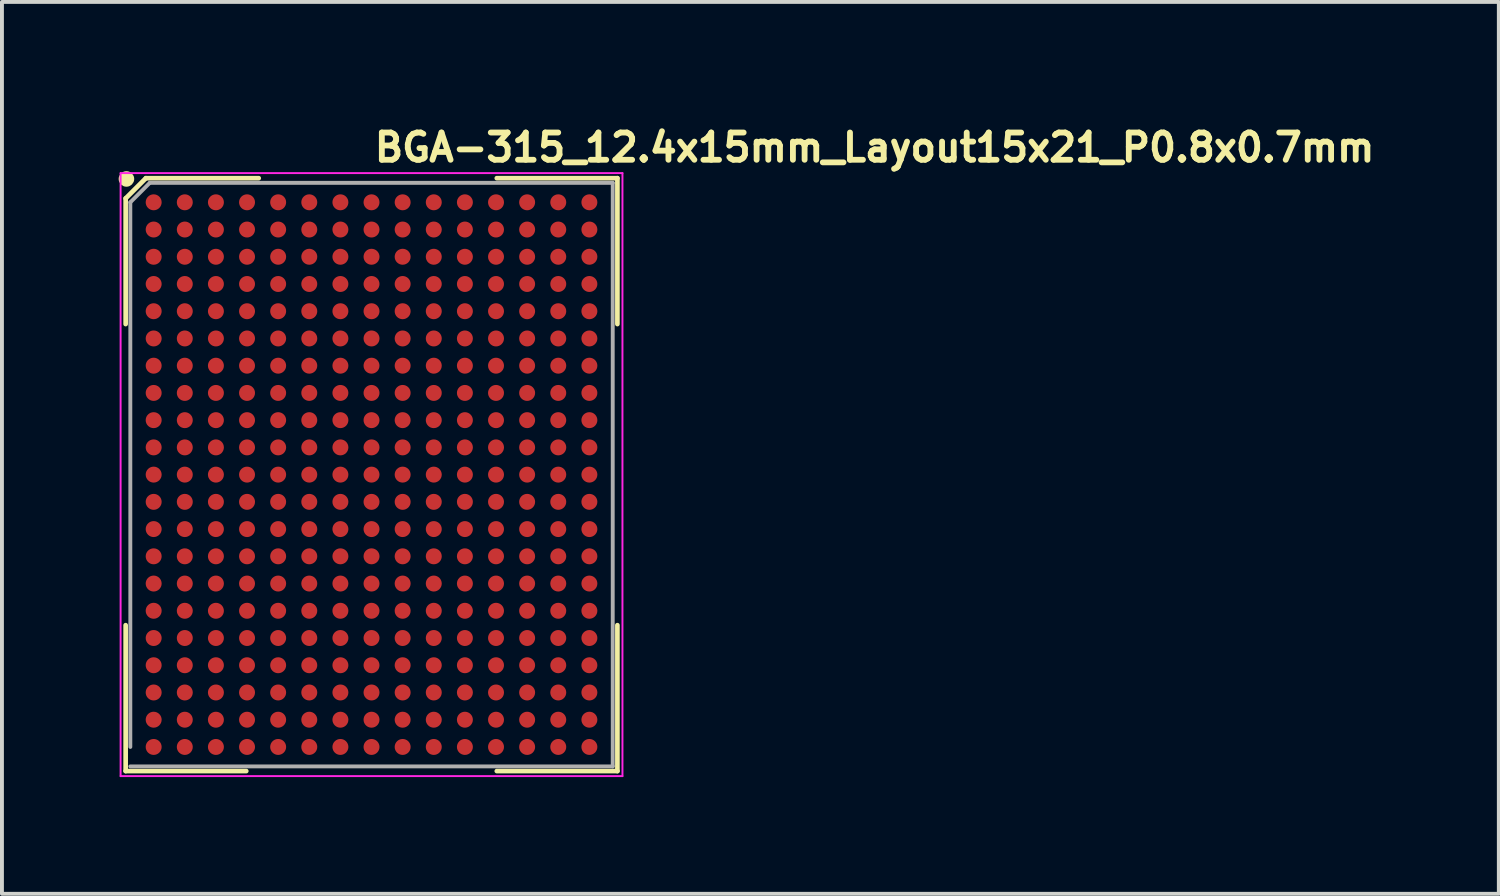
<source format=kicad_pcb>
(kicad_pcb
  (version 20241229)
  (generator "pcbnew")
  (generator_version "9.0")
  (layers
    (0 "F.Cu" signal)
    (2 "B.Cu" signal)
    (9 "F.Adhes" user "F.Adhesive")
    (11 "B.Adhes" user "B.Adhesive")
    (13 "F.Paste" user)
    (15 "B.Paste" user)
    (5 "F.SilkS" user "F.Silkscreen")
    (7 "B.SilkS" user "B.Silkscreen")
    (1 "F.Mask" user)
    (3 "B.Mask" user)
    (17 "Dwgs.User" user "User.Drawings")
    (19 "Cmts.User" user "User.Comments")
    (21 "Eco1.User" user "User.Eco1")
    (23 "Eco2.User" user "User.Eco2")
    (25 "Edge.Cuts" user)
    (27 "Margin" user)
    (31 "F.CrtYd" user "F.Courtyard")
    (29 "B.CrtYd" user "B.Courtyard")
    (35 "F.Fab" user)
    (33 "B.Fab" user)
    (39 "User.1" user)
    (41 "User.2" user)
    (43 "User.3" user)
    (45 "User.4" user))
  (footprint "BGA-315_12.4x15mm_Layout15x21_P0.8x0.7mm"
    (layer "F.Cu")
    (at 6.5 9.15)
    (property "Reference" "BGA-315_12.4x15mm_Layout15x21_P0.8x0.7mm" (at 0 -8 0) (layer "F.SilkS") (effects (font (size 0.7 0.7) (thickness 0.15)) (justify left bottom)))
    (attr smd)
    (fp_line (start -6.32 -7.1) (end -6.32 -3.87) (stroke (width 0.12) (type solid)) (layer "F.SilkS"))
    (fp_line (start -6.32 7.62) (end -6.32 3.87) (stroke (width 0.12) (type solid)) (layer "F.SilkS"))
    (fp_line (start -5.8 -7.62) (end -6.32 -7.1) (stroke (width 0.12) (type solid)) (layer "F.SilkS"))
    (fp_line (start -3.22 7.62) (end -6.32 7.62) (stroke (width 0.12) (type solid)) (layer "F.SilkS"))
    (fp_line (start -2.9 -7.62) (end -5.8 -7.62) (stroke (width 0.12) (type solid)) (layer "F.SilkS"))
    (fp_line (start 3.22 -7.62) (end 6.32 -7.62) (stroke (width 0.12) (type solid)) (layer "F.SilkS"))
    (fp_line (start 3.22 7.62) (end 6.32 7.62) (stroke (width 0.12) (type solid)) (layer "F.SilkS"))
    (fp_line (start 6.32 -7.62) (end 6.32 -3.87) (stroke (width 0.12) (type solid)) (layer "F.SilkS"))
    (fp_line (start 6.32 7.62) (end 6.32 3.87) (stroke (width 0.12) (type solid)) (layer "F.SilkS"))
    (fp_circle (center -6.3 -7.6) (end -6.3 -7.5) (stroke (width 0.2) (type solid)) (fill no) (layer "F.SilkS"))
    (fp_line (start -6.45 -7.75) (end 6.45 -7.75) (stroke (width 0.05) (type solid)) (layer "F.CrtYd"))
    (fp_line (start -6.45 7.75) (end -6.45 -7.75) (stroke (width 0.05) (type solid)) (layer "F.CrtYd"))
    (fp_line (start 6.45 -7.75) (end 6.45 7.75) (stroke (width 0.05) (type solid)) (layer "F.CrtYd"))
    (fp_line (start 6.45 7.75) (end -6.45 7.75) (stroke (width 0.05) (type solid)) (layer "F.CrtYd"))
    (fp_line (start -6.2 -7) (end -6.2 7) (stroke (width 0.1) (type solid)) (layer "F.Fab"))
    (fp_line (start -6.2 7.5) (end 6.2 7.5) (stroke (width 0.1) (type solid)) (layer "F.Fab"))
    (fp_line (start -5.7 -7.5) (end -6.2 -7) (stroke (width 0.1) (type solid)) (layer "F.Fab"))
    (fp_line (start 6.2 -7.5) (end -5.7 -7.5) (stroke (width 0.1) (type solid)) (layer "F.Fab"))
    (fp_line (start 6.2 7.5) (end 6.2 -7.5) (stroke (width 0.1) (type solid)) (layer "F.Fab"))
    (fp_line (start -6.2 -7.5) (end -6.2 7.5) (stroke (width 0.01) (type solid)) (layer "User.9"))
    (fp_line (start -6.2 -7.5) (end 6.2 -7.5) (stroke (width 0.01) (type solid)) (layer "User.9"))
    (fp_line (start -6.2 7.5) (end 6.2 7.5) (stroke (width 0.01) (type solid)) (layer "User.9"))
    (fp_line (start 6.2 -7.5) (end 6.2 7.5) (stroke (width 0.01) (type solid)) (layer "User.9"))
    (pad "A1" smd circle (at -5.6 -7) (size 0.41 0.41) (layers "F.Cu" "F.Mask" "F.Paste"))
    (pad "A2" smd circle (at -4.8 -7) (size 0.41 0.41) (layers "F.Cu" "F.Mask" "F.Paste"))
    (pad "A3" smd circle (at -4 -7) (size 0.41 0.41) (layers "F.Cu" "F.Mask" "F.Paste"))
    (pad "A4" smd circle (at -3.2 -7) (size 0.41 0.41) (layers "F.Cu" "F.Mask" "F.Paste"))
    (pad "A5" smd circle (at -2.4 -7) (size 0.41 0.41) (layers "F.Cu" "F.Mask" "F.Paste"))
    (pad "A6" smd circle (at -1.6 -7) (size 0.41 0.41) (layers "F.Cu" "F.Mask" "F.Paste"))
    (pad "A7" smd circle (at -0.8 -7) (size 0.41 0.41) (layers "F.Cu" "F.Mask" "F.Paste"))
    (pad "A8" smd circle (at 0 -7) (size 0.41 0.41) (layers "F.Cu" "F.Mask" "F.Paste"))
    (pad "A9" smd circle (at 0.8 -7) (size 0.41 0.41) (layers "F.Cu" "F.Mask" "F.Paste"))
    (pad "A10" smd circle (at 1.6 -7) (size 0.41 0.41) (layers "F.Cu" "F.Mask" "F.Paste"))
    (pad "A11" smd circle (at 2.4 -7) (size 0.41 0.41) (layers "F.Cu" "F.Mask" "F.Paste"))
    (pad "A12" smd circle (at 3.2 -7) (size 0.41 0.41) (layers "F.Cu" "F.Mask" "F.Paste"))
    (pad "A13" smd circle (at 4 -7) (size 0.41 0.41) (layers "F.Cu" "F.Mask" "F.Paste"))
    (pad "A14" smd circle (at 4.8 -7) (size 0.41 0.41) (layers "F.Cu" "F.Mask" "F.Paste"))
    (pad "A15" smd circle (at 5.6 -7) (size 0.41 0.41) (layers "F.Cu" "F.Mask" "F.Paste"))
    (pad "AA1" smd circle (at -5.6 7) (size 0.41 0.41) (layers "F.Cu" "F.Mask" "F.Paste"))
    (pad "AA2" smd circle (at -4.8 7) (size 0.41 0.41) (layers "F.Cu" "F.Mask" "F.Paste"))
    (pad "AA3" smd circle (at -4 7) (size 0.41 0.41) (layers "F.Cu" "F.Mask" "F.Paste"))
    (pad "AA4" smd circle (at -3.2 7) (size 0.41 0.41) (layers "F.Cu" "F.Mask" "F.Paste"))
    (pad "AA5" smd circle (at -2.4 7) (size 0.41 0.41) (layers "F.Cu" "F.Mask" "F.Paste"))
    (pad "AA6" smd circle (at -1.6 7) (size 0.41 0.41) (layers "F.Cu" "F.Mask" "F.Paste"))
    (pad "AA7" smd circle (at -0.8 7) (size 0.41 0.41) (layers "F.Cu" "F.Mask" "F.Paste"))
    (pad "AA8" smd circle (at 0 7) (size 0.41 0.41) (layers "F.Cu" "F.Mask" "F.Paste"))
    (pad "AA9" smd circle (at 0.8 7) (size 0.41 0.41) (layers "F.Cu" "F.Mask" "F.Paste"))
    (pad "AA10" smd circle (at 1.6 7) (size 0.41 0.41) (layers "F.Cu" "F.Mask" "F.Paste"))
    (pad "AA11" smd circle (at 2.4 7) (size 0.41 0.41) (layers "F.Cu" "F.Mask" "F.Paste"))
    (pad "AA12" smd circle (at 3.2 7) (size 0.41 0.41) (layers "F.Cu" "F.Mask" "F.Paste"))
    (pad "AA13" smd circle (at 4 7) (size 0.41 0.41) (layers "F.Cu" "F.Mask" "F.Paste"))
    (pad "AA14" smd circle (at 4.8 7) (size 0.41 0.41) (layers "F.Cu" "F.Mask" "F.Paste"))
    (pad "AA15" smd circle (at 5.6 7) (size 0.41 0.41) (layers "F.Cu" "F.Mask" "F.Paste"))
    (pad "B1" smd circle (at -5.6 -6.3) (size 0.41 0.41) (layers "F.Cu" "F.Mask" "F.Paste"))
    (pad "B2" smd circle (at -4.8 -6.3) (size 0.41 0.41) (layers "F.Cu" "F.Mask" "F.Paste"))
    (pad "B3" smd circle (at -4 -6.3) (size 0.41 0.41) (layers "F.Cu" "F.Mask" "F.Paste"))
    (pad "B4" smd circle (at -3.2 -6.3) (size 0.41 0.41) (layers "F.Cu" "F.Mask" "F.Paste"))
    (pad "B5" smd circle (at -2.4 -6.3) (size 0.41 0.41) (layers "F.Cu" "F.Mask" "F.Paste"))
    (pad "B6" smd circle (at -1.6 -6.3) (size 0.41 0.41) (layers "F.Cu" "F.Mask" "F.Paste"))
    (pad "B7" smd circle (at -0.8 -6.3) (size 0.41 0.41) (layers "F.Cu" "F.Mask" "F.Paste"))
    (pad "B8" smd circle (at 0 -6.3) (size 0.41 0.41) (layers "F.Cu" "F.Mask" "F.Paste"))
    (pad "B9" smd circle (at 0.8 -6.3) (size 0.41 0.41) (layers "F.Cu" "F.Mask" "F.Paste"))
    (pad "B10" smd circle (at 1.6 -6.3) (size 0.41 0.41) (layers "F.Cu" "F.Mask" "F.Paste"))
    (pad "B11" smd circle (at 2.4 -6.3) (size 0.41 0.41) (layers "F.Cu" "F.Mask" "F.Paste"))
    (pad "B12" smd circle (at 3.2 -6.3) (size 0.41 0.41) (layers "F.Cu" "F.Mask" "F.Paste"))
    (pad "B13" smd circle (at 4 -6.3) (size 0.41 0.41) (layers "F.Cu" "F.Mask" "F.Paste"))
    (pad "B14" smd circle (at 4.8 -6.3) (size 0.41 0.41) (layers "F.Cu" "F.Mask" "F.Paste"))
    (pad "B15" smd circle (at 5.6 -6.3) (size 0.41 0.41) (layers "F.Cu" "F.Mask" "F.Paste"))
    (pad "C1" smd circle (at -5.6 -5.6) (size 0.41 0.41) (layers "F.Cu" "F.Mask" "F.Paste"))
    (pad "C2" smd circle (at -4.8 -5.6) (size 0.41 0.41) (layers "F.Cu" "F.Mask" "F.Paste"))
    (pad "C3" smd circle (at -4 -5.6) (size 0.41 0.41) (layers "F.Cu" "F.Mask" "F.Paste"))
    (pad "C4" smd circle (at -3.2 -5.6) (size 0.41 0.41) (layers "F.Cu" "F.Mask" "F.Paste"))
    (pad "C5" smd circle (at -2.4 -5.6) (size 0.41 0.41) (layers "F.Cu" "F.Mask" "F.Paste"))
    (pad "C6" smd circle (at -1.6 -5.6) (size 0.41 0.41) (layers "F.Cu" "F.Mask" "F.Paste"))
    (pad "C7" smd circle (at -0.8 -5.6) (size 0.41 0.41) (layers "F.Cu" "F.Mask" "F.Paste"))
    (pad "C8" smd circle (at 0 -5.6) (size 0.41 0.41) (layers "F.Cu" "F.Mask" "F.Paste"))
    (pad "C9" smd circle (at 0.8 -5.6) (size 0.41 0.41) (layers "F.Cu" "F.Mask" "F.Paste"))
    (pad "C10" smd circle (at 1.6 -5.6) (size 0.41 0.41) (layers "F.Cu" "F.Mask" "F.Paste"))
    (pad "C11" smd circle (at 2.4 -5.6) (size 0.41 0.41) (layers "F.Cu" "F.Mask" "F.Paste"))
    (pad "C12" smd circle (at 3.2 -5.6) (size 0.41 0.41) (layers "F.Cu" "F.Mask" "F.Paste"))
    (pad "C13" smd circle (at 4 -5.6) (size 0.41 0.41) (layers "F.Cu" "F.Mask" "F.Paste"))
    (pad "C14" smd circle (at 4.8 -5.6) (size 0.41 0.41) (layers "F.Cu" "F.Mask" "F.Paste"))
    (pad "C15" smd circle (at 5.6 -5.6) (size 0.41 0.41) (layers "F.Cu" "F.Mask" "F.Paste"))
    (pad "D1" smd circle (at -5.6 -4.9) (size 0.41 0.41) (layers "F.Cu" "F.Mask" "F.Paste"))
    (pad "D2" smd circle (at -4.8 -4.9) (size 0.41 0.41) (layers "F.Cu" "F.Mask" "F.Paste"))
    (pad "D3" smd circle (at -4 -4.9) (size 0.41 0.41) (layers "F.Cu" "F.Mask" "F.Paste"))
    (pad "D4" smd circle (at -3.2 -4.9) (size 0.41 0.41) (layers "F.Cu" "F.Mask" "F.Paste"))
    (pad "D5" smd circle (at -2.4 -4.9) (size 0.41 0.41) (layers "F.Cu" "F.Mask" "F.Paste"))
    (pad "D6" smd circle (at -1.6 -4.9) (size 0.41 0.41) (layers "F.Cu" "F.Mask" "F.Paste"))
    (pad "D7" smd circle (at -0.8 -4.9) (size 0.41 0.41) (layers "F.Cu" "F.Mask" "F.Paste"))
    (pad "D8" smd circle (at 0 -4.9) (size 0.41 0.41) (layers "F.Cu" "F.Mask" "F.Paste"))
    (pad "D9" smd circle (at 0.8 -4.9) (size 0.41 0.41) (layers "F.Cu" "F.Mask" "F.Paste"))
    (pad "D10" smd circle (at 1.6 -4.9) (size 0.41 0.41) (layers "F.Cu" "F.Mask" "F.Paste"))
    (pad "D11" smd circle (at 2.4 -4.9) (size 0.41 0.41) (layers "F.Cu" "F.Mask" "F.Paste"))
    (pad "D12" smd circle (at 3.2 -4.9) (size 0.41 0.41) (layers "F.Cu" "F.Mask" "F.Paste"))
    (pad "D13" smd circle (at 4 -4.9) (size 0.41 0.41) (layers "F.Cu" "F.Mask" "F.Paste"))
    (pad "D14" smd circle (at 4.8 -4.9) (size 0.41 0.41) (layers "F.Cu" "F.Mask" "F.Paste"))
    (pad "D15" smd circle (at 5.6 -4.9) (size 0.41 0.41) (layers "F.Cu" "F.Mask" "F.Paste"))
    (pad "E1" smd circle (at -5.6 -4.2) (size 0.41 0.41) (layers "F.Cu" "F.Mask" "F.Paste"))
    (pad "E2" smd circle (at -4.8 -4.2) (size 0.41 0.41) (layers "F.Cu" "F.Mask" "F.Paste"))
    (pad "E3" smd circle (at -4 -4.2) (size 0.41 0.41) (layers "F.Cu" "F.Mask" "F.Paste"))
    (pad "E4" smd circle (at -3.2 -4.2) (size 0.41 0.41) (layers "F.Cu" "F.Mask" "F.Paste"))
    (pad "E5" smd circle (at -2.4 -4.2) (size 0.41 0.41) (layers "F.Cu" "F.Mask" "F.Paste"))
    (pad "E6" smd circle (at -1.6 -4.2) (size 0.41 0.41) (layers "F.Cu" "F.Mask" "F.Paste"))
    (pad "E7" smd circle (at -0.8 -4.2) (size 0.41 0.41) (layers "F.Cu" "F.Mask" "F.Paste"))
    (pad "E8" smd circle (at 0 -4.2) (size 0.41 0.41) (layers "F.Cu" "F.Mask" "F.Paste"))
    (pad "E9" smd circle (at 0.8 -4.2) (size 0.41 0.41) (layers "F.Cu" "F.Mask" "F.Paste"))
    (pad "E10" smd circle (at 1.6 -4.2) (size 0.41 0.41) (layers "F.Cu" "F.Mask" "F.Paste"))
    (pad "E11" smd circle (at 2.4 -4.2) (size 0.41 0.41) (layers "F.Cu" "F.Mask" "F.Paste"))
    (pad "E12" smd circle (at 3.2 -4.2) (size 0.41 0.41) (layers "F.Cu" "F.Mask" "F.Paste"))
    (pad "E13" smd circle (at 4 -4.2) (size 0.41 0.41) (layers "F.Cu" "F.Mask" "F.Paste"))
    (pad "E14" smd circle (at 4.8 -4.2) (size 0.41 0.41) (layers "F.Cu" "F.Mask" "F.Paste"))
    (pad "E15" smd circle (at 5.6 -4.2) (size 0.41 0.41) (layers "F.Cu" "F.Mask" "F.Paste"))
    (pad "F1" smd circle (at -5.6 -3.5) (size 0.41 0.41) (layers "F.Cu" "F.Mask" "F.Paste"))
    (pad "F2" smd circle (at -4.8 -3.5) (size 0.41 0.41) (layers "F.Cu" "F.Mask" "F.Paste"))
    (pad "F3" smd circle (at -4 -3.5) (size 0.41 0.41) (layers "F.Cu" "F.Mask" "F.Paste"))
    (pad "F4" smd circle (at -3.2 -3.5) (size 0.41 0.41) (layers "F.Cu" "F.Mask" "F.Paste"))
    (pad "F5" smd circle (at -2.4 -3.5) (size 0.41 0.41) (layers "F.Cu" "F.Mask" "F.Paste"))
    (pad "F6" smd circle (at -1.6 -3.5) (size 0.41 0.41) (layers "F.Cu" "F.Mask" "F.Paste"))
    (pad "F7" smd circle (at -0.8 -3.5) (size 0.41 0.41) (layers "F.Cu" "F.Mask" "F.Paste"))
    (pad "F8" smd circle (at 0 -3.5) (size 0.41 0.41) (layers "F.Cu" "F.Mask" "F.Paste"))
    (pad "F9" smd circle (at 0.8 -3.5) (size 0.41 0.41) (layers "F.Cu" "F.Mask" "F.Paste"))
    (pad "F10" smd circle (at 1.6 -3.5) (size 0.41 0.41) (layers "F.Cu" "F.Mask" "F.Paste"))
    (pad "F11" smd circle (at 2.4 -3.5) (size 0.41 0.41) (layers "F.Cu" "F.Mask" "F.Paste"))
    (pad "F12" smd circle (at 3.2 -3.5) (size 0.41 0.41) (layers "F.Cu" "F.Mask" "F.Paste"))
    (pad "F13" smd circle (at 4 -3.5) (size 0.41 0.41) (layers "F.Cu" "F.Mask" "F.Paste"))
    (pad "F14" smd circle (at 4.8 -3.5) (size 0.41 0.41) (layers "F.Cu" "F.Mask" "F.Paste"))
    (pad "F15" smd circle (at 5.6 -3.5) (size 0.41 0.41) (layers "F.Cu" "F.Mask" "F.Paste"))
    (pad "G1" smd circle (at -5.6 -2.8) (size 0.41 0.41) (layers "F.Cu" "F.Mask" "F.Paste"))
    (pad "G2" smd circle (at -4.8 -2.8) (size 0.41 0.41) (layers "F.Cu" "F.Mask" "F.Paste"))
    (pad "G3" smd circle (at -4 -2.8) (size 0.41 0.41) (layers "F.Cu" "F.Mask" "F.Paste"))
    (pad "G4" smd circle (at -3.2 -2.8) (size 0.41 0.41) (layers "F.Cu" "F.Mask" "F.Paste"))
    (pad "G5" smd circle (at -2.4 -2.8) (size 0.41 0.41) (layers "F.Cu" "F.Mask" "F.Paste"))
    (pad "G6" smd circle (at -1.6 -2.8) (size 0.41 0.41) (layers "F.Cu" "F.Mask" "F.Paste"))
    (pad "G7" smd circle (at -0.8 -2.8) (size 0.41 0.41) (layers "F.Cu" "F.Mask" "F.Paste"))
    (pad "G8" smd circle (at 0 -2.8) (size 0.41 0.41) (layers "F.Cu" "F.Mask" "F.Paste"))
    (pad "G9" smd circle (at 0.8 -2.8) (size 0.41 0.41) (layers "F.Cu" "F.Mask" "F.Paste"))
    (pad "G10" smd circle (at 1.6 -2.8) (size 0.41 0.41) (layers "F.Cu" "F.Mask" "F.Paste"))
    (pad "G11" smd circle (at 2.4 -2.8) (size 0.41 0.41) (layers "F.Cu" "F.Mask" "F.Paste"))
    (pad "G12" smd circle (at 3.2 -2.8) (size 0.41 0.41) (layers "F.Cu" "F.Mask" "F.Paste"))
    (pad "G13" smd circle (at 4 -2.8) (size 0.41 0.41) (layers "F.Cu" "F.Mask" "F.Paste"))
    (pad "G14" smd circle (at 4.8 -2.8) (size 0.41 0.41) (layers "F.Cu" "F.Mask" "F.Paste"))
    (pad "G15" smd circle (at 5.6 -2.8) (size 0.41 0.41) (layers "F.Cu" "F.Mask" "F.Paste"))
    (pad "H1" smd circle (at -5.6 -2.1) (size 0.41 0.41) (layers "F.Cu" "F.Mask" "F.Paste"))
    (pad "H2" smd circle (at -4.8 -2.1) (size 0.41 0.41) (layers "F.Cu" "F.Mask" "F.Paste"))
    (pad "H3" smd circle (at -4 -2.1) (size 0.41 0.41) (layers "F.Cu" "F.Mask" "F.Paste"))
    (pad "H4" smd circle (at -3.2 -2.1) (size 0.41 0.41) (layers "F.Cu" "F.Mask" "F.Paste"))
    (pad "H5" smd circle (at -2.4 -2.1) (size 0.41 0.41) (layers "F.Cu" "F.Mask" "F.Paste"))
    (pad "H6" smd circle (at -1.6 -2.1) (size 0.41 0.41) (layers "F.Cu" "F.Mask" "F.Paste"))
    (pad "H7" smd circle (at -0.8 -2.1) (size 0.41 0.41) (layers "F.Cu" "F.Mask" "F.Paste"))
    (pad "H8" smd circle (at 0 -2.1) (size 0.41 0.41) (layers "F.Cu" "F.Mask" "F.Paste"))
    (pad "H9" smd circle (at 0.8 -2.1) (size 0.41 0.41) (layers "F.Cu" "F.Mask" "F.Paste"))
    (pad "H10" smd circle (at 1.6 -2.1) (size 0.41 0.41) (layers "F.Cu" "F.Mask" "F.Paste"))
    (pad "H11" smd circle (at 2.4 -2.1) (size 0.41 0.41) (layers "F.Cu" "F.Mask" "F.Paste"))
    (pad "H12" smd circle (at 3.2 -2.1) (size 0.41 0.41) (layers "F.Cu" "F.Mask" "F.Paste"))
    (pad "H13" smd circle (at 4 -2.1) (size 0.41 0.41) (layers "F.Cu" "F.Mask" "F.Paste"))
    (pad "H14" smd circle (at 4.8 -2.1) (size 0.41 0.41) (layers "F.Cu" "F.Mask" "F.Paste"))
    (pad "H15" smd circle (at 5.6 -2.1) (size 0.41 0.41) (layers "F.Cu" "F.Mask" "F.Paste"))
    (pad "J1" smd circle (at -5.6 -1.4) (size 0.41 0.41) (layers "F.Cu" "F.Mask" "F.Paste"))
    (pad "J2" smd circle (at -4.8 -1.4) (size 0.41 0.41) (layers "F.Cu" "F.Mask" "F.Paste"))
    (pad "J3" smd circle (at -4 -1.4) (size 0.41 0.41) (layers "F.Cu" "F.Mask" "F.Paste"))
    (pad "J4" smd circle (at -3.2 -1.4) (size 0.41 0.41) (layers "F.Cu" "F.Mask" "F.Paste"))
    (pad "J5" smd circle (at -2.4 -1.4) (size 0.41 0.41) (layers "F.Cu" "F.Mask" "F.Paste"))
    (pad "J6" smd circle (at -1.6 -1.4) (size 0.41 0.41) (layers "F.Cu" "F.Mask" "F.Paste"))
    (pad "J7" smd circle (at -0.8 -1.4) (size 0.41 0.41) (layers "F.Cu" "F.Mask" "F.Paste"))
    (pad "J8" smd circle (at 0 -1.4) (size 0.41 0.41) (layers "F.Cu" "F.Mask" "F.Paste"))
    (pad "J9" smd circle (at 0.8 -1.4) (size 0.41 0.41) (layers "F.Cu" "F.Mask" "F.Paste"))
    (pad "J10" smd circle (at 1.6 -1.4) (size 0.41 0.41) (layers "F.Cu" "F.Mask" "F.Paste"))
    (pad "J11" smd circle (at 2.4 -1.4) (size 0.41 0.41) (layers "F.Cu" "F.Mask" "F.Paste"))
    (pad "J12" smd circle (at 3.2 -1.4) (size 0.41 0.41) (layers "F.Cu" "F.Mask" "F.Paste"))
    (pad "J13" smd circle (at 4 -1.4) (size 0.41 0.41) (layers "F.Cu" "F.Mask" "F.Paste"))
    (pad "J14" smd circle (at 4.8 -1.4) (size 0.41 0.41) (layers "F.Cu" "F.Mask" "F.Paste"))
    (pad "J15" smd circle (at 5.6 -1.4) (size 0.41 0.41) (layers "F.Cu" "F.Mask" "F.Paste"))
    (pad "K1" smd circle (at -5.6 -0.7) (size 0.41 0.41) (layers "F.Cu" "F.Mask" "F.Paste"))
    (pad "K2" smd circle (at -4.8 -0.7) (size 0.41 0.41) (layers "F.Cu" "F.Mask" "F.Paste"))
    (pad "K3" smd circle (at -4 -0.7) (size 0.41 0.41) (layers "F.Cu" "F.Mask" "F.Paste"))
    (pad "K4" smd circle (at -3.2 -0.7) (size 0.41 0.41) (layers "F.Cu" "F.Mask" "F.Paste"))
    (pad "K5" smd circle (at -2.4 -0.7) (size 0.41 0.41) (layers "F.Cu" "F.Mask" "F.Paste"))
    (pad "K6" smd circle (at -1.6 -0.7) (size 0.41 0.41) (layers "F.Cu" "F.Mask" "F.Paste"))
    (pad "K7" smd circle (at -0.8 -0.7) (size 0.41 0.41) (layers "F.Cu" "F.Mask" "F.Paste"))
    (pad "K8" smd circle (at 0 -0.7) (size 0.41 0.41) (layers "F.Cu" "F.Mask" "F.Paste"))
    (pad "K9" smd circle (at 0.8 -0.7) (size 0.41 0.41) (layers "F.Cu" "F.Mask" "F.Paste"))
    (pad "K10" smd circle (at 1.6 -0.7) (size 0.41 0.41) (layers "F.Cu" "F.Mask" "F.Paste"))
    (pad "K11" smd circle (at 2.4 -0.7) (size 0.41 0.41) (layers "F.Cu" "F.Mask" "F.Paste"))
    (pad "K12" smd circle (at 3.2 -0.7) (size 0.41 0.41) (layers "F.Cu" "F.Mask" "F.Paste"))
    (pad "K13" smd circle (at 4 -0.7) (size 0.41 0.41) (layers "F.Cu" "F.Mask" "F.Paste"))
    (pad "K14" smd circle (at 4.8 -0.7) (size 0.41 0.41) (layers "F.Cu" "F.Mask" "F.Paste"))
    (pad "K15" smd circle (at 5.6 -0.7) (size 0.41 0.41) (layers "F.Cu" "F.Mask" "F.Paste"))
    (pad "L1" smd circle (at -5.6 0) (size 0.41 0.41) (layers "F.Cu" "F.Mask" "F.Paste"))
    (pad "L2" smd circle (at -4.8 0) (size 0.41 0.41) (layers "F.Cu" "F.Mask" "F.Paste"))
    (pad "L3" smd circle (at -4 0) (size 0.41 0.41) (layers "F.Cu" "F.Mask" "F.Paste"))
    (pad "L4" smd circle (at -3.2 0) (size 0.41 0.41) (layers "F.Cu" "F.Mask" "F.Paste"))
    (pad "L5" smd circle (at -2.4 0) (size 0.41 0.41) (layers "F.Cu" "F.Mask" "F.Paste"))
    (pad "L6" smd circle (at -1.6 0) (size 0.41 0.41) (layers "F.Cu" "F.Mask" "F.Paste"))
    (pad "L7" smd circle (at -0.8 0) (size 0.41 0.41) (layers "F.Cu" "F.Mask" "F.Paste"))
    (pad "L8" smd circle (at 0 0) (size 0.41 0.41) (layers "F.Cu" "F.Mask" "F.Paste"))
    (pad "L9" smd circle (at 0.8 0) (size 0.41 0.41) (layers "F.Cu" "F.Mask" "F.Paste"))
    (pad "L10" smd circle (at 1.6 0) (size 0.41 0.41) (layers "F.Cu" "F.Mask" "F.Paste"))
    (pad "L11" smd circle (at 2.4 0) (size 0.41 0.41) (layers "F.Cu" "F.Mask" "F.Paste"))
    (pad "L12" smd circle (at 3.2 0) (size 0.41 0.41) (layers "F.Cu" "F.Mask" "F.Paste"))
    (pad "L13" smd circle (at 4 0) (size 0.41 0.41) (layers "F.Cu" "F.Mask" "F.Paste"))
    (pad "L14" smd circle (at 4.8 0) (size 0.41 0.41) (layers "F.Cu" "F.Mask" "F.Paste"))
    (pad "L15" smd circle (at 5.6 0) (size 0.41 0.41) (layers "F.Cu" "F.Mask" "F.Paste"))
    (pad "M1" smd circle (at -5.6 0.7) (size 0.41 0.41) (layers "F.Cu" "F.Mask" "F.Paste"))
    (pad "M2" smd circle (at -4.8 0.7) (size 0.41 0.41) (layers "F.Cu" "F.Mask" "F.Paste"))
    (pad "M3" smd circle (at -4 0.7) (size 0.41 0.41) (layers "F.Cu" "F.Mask" "F.Paste"))
    (pad "M4" smd circle (at -3.2 0.7) (size 0.41 0.41) (layers "F.Cu" "F.Mask" "F.Paste"))
    (pad "M5" smd circle (at -2.4 0.7) (size 0.41 0.41) (layers "F.Cu" "F.Mask" "F.Paste"))
    (pad "M6" smd circle (at -1.6 0.7) (size 0.41 0.41) (layers "F.Cu" "F.Mask" "F.Paste"))
    (pad "M7" smd circle (at -0.8 0.7) (size 0.41 0.41) (layers "F.Cu" "F.Mask" "F.Paste"))
    (pad "M8" smd circle (at 0 0.7) (size 0.41 0.41) (layers "F.Cu" "F.Mask" "F.Paste"))
    (pad "M9" smd circle (at 0.8 0.7) (size 0.41 0.41) (layers "F.Cu" "F.Mask" "F.Paste"))
    (pad "M10" smd circle (at 1.6 0.7) (size 0.41 0.41) (layers "F.Cu" "F.Mask" "F.Paste"))
    (pad "M11" smd circle (at 2.4 0.7) (size 0.41 0.41) (layers "F.Cu" "F.Mask" "F.Paste"))
    (pad "M12" smd circle (at 3.2 0.7) (size 0.41 0.41) (layers "F.Cu" "F.Mask" "F.Paste"))
    (pad "M13" smd circle (at 4 0.7) (size 0.41 0.41) (layers "F.Cu" "F.Mask" "F.Paste"))
    (pad "M14" smd circle (at 4.8 0.7) (size 0.41 0.41) (layers "F.Cu" "F.Mask" "F.Paste"))
    (pad "M15" smd circle (at 5.6 0.7) (size 0.41 0.41) (layers "F.Cu" "F.Mask" "F.Paste"))
    (pad "N1" smd circle (at -5.6 1.4) (size 0.41 0.41) (layers "F.Cu" "F.Mask" "F.Paste"))
    (pad "N2" smd circle (at -4.8 1.4) (size 0.41 0.41) (layers "F.Cu" "F.Mask" "F.Paste"))
    (pad "N3" smd circle (at -4 1.4) (size 0.41 0.41) (layers "F.Cu" "F.Mask" "F.Paste"))
    (pad "N4" smd circle (at -3.2 1.4) (size 0.41 0.41) (layers "F.Cu" "F.Mask" "F.Paste"))
    (pad "N5" smd circle (at -2.4 1.4) (size 0.41 0.41) (layers "F.Cu" "F.Mask" "F.Paste"))
    (pad "N6" smd circle (at -1.6 1.4) (size 0.41 0.41) (layers "F.Cu" "F.Mask" "F.Paste"))
    (pad "N7" smd circle (at -0.8 1.4) (size 0.41 0.41) (layers "F.Cu" "F.Mask" "F.Paste"))
    (pad "N8" smd circle (at 0 1.4) (size 0.41 0.41) (layers "F.Cu" "F.Mask" "F.Paste"))
    (pad "N9" smd circle (at 0.8 1.4) (size 0.41 0.41) (layers "F.Cu" "F.Mask" "F.Paste"))
    (pad "N10" smd circle (at 1.6 1.4) (size 0.41 0.41) (layers "F.Cu" "F.Mask" "F.Paste"))
    (pad "N11" smd circle (at 2.4 1.4) (size 0.41 0.41) (layers "F.Cu" "F.Mask" "F.Paste"))
    (pad "N12" smd circle (at 3.2 1.4) (size 0.41 0.41) (layers "F.Cu" "F.Mask" "F.Paste"))
    (pad "N13" smd circle (at 4 1.4) (size 0.41 0.41) (layers "F.Cu" "F.Mask" "F.Paste"))
    (pad "N14" smd circle (at 4.8 1.4) (size 0.41 0.41) (layers "F.Cu" "F.Mask" "F.Paste"))
    (pad "N15" smd circle (at 5.6 1.4) (size 0.41 0.41) (layers "F.Cu" "F.Mask" "F.Paste"))
    (pad "P1" smd circle (at -5.6 2.1) (size 0.41 0.41) (layers "F.Cu" "F.Mask" "F.Paste"))
    (pad "P2" smd circle (at -4.8 2.1) (size 0.41 0.41) (layers "F.Cu" "F.Mask" "F.Paste"))
    (pad "P3" smd circle (at -4 2.1) (size 0.41 0.41) (layers "F.Cu" "F.Mask" "F.Paste"))
    (pad "P4" smd circle (at -3.2 2.1) (size 0.41 0.41) (layers "F.Cu" "F.Mask" "F.Paste"))
    (pad "P5" smd circle (at -2.4 2.1) (size 0.41 0.41) (layers "F.Cu" "F.Mask" "F.Paste"))
    (pad "P6" smd circle (at -1.6 2.1) (size 0.41 0.41) (layers "F.Cu" "F.Mask" "F.Paste"))
    (pad "P7" smd circle (at -0.8 2.1) (size 0.41 0.41) (layers "F.Cu" "F.Mask" "F.Paste"))
    (pad "P8" smd circle (at 0 2.1) (size 0.41 0.41) (layers "F.Cu" "F.Mask" "F.Paste"))
    (pad "P9" smd circle (at 0.8 2.1) (size 0.41 0.41) (layers "F.Cu" "F.Mask" "F.Paste"))
    (pad "P10" smd circle (at 1.6 2.1) (size 0.41 0.41) (layers "F.Cu" "F.Mask" "F.Paste"))
    (pad "P11" smd circle (at 2.4 2.1) (size 0.41 0.41) (layers "F.Cu" "F.Mask" "F.Paste"))
    (pad "P12" smd circle (at 3.2 2.1) (size 0.41 0.41) (layers "F.Cu" "F.Mask" "F.Paste"))
    (pad "P13" smd circle (at 4 2.1) (size 0.41 0.41) (layers "F.Cu" "F.Mask" "F.Paste"))
    (pad "P14" smd circle (at 4.8 2.1) (size 0.41 0.41) (layers "F.Cu" "F.Mask" "F.Paste"))
    (pad "P15" smd circle (at 5.6 2.1) (size 0.41 0.41) (layers "F.Cu" "F.Mask" "F.Paste"))
    (pad "R1" smd circle (at -5.6 2.8) (size 0.41 0.41) (layers "F.Cu" "F.Mask" "F.Paste"))
    (pad "R2" smd circle (at -4.8 2.8) (size 0.41 0.41) (layers "F.Cu" "F.Mask" "F.Paste"))
    (pad "R3" smd circle (at -4 2.8) (size 0.41 0.41) (layers "F.Cu" "F.Mask" "F.Paste"))
    (pad "R4" smd circle (at -3.2 2.8) (size 0.41 0.41) (layers "F.Cu" "F.Mask" "F.Paste"))
    (pad "R5" smd circle (at -2.4 2.8) (size 0.41 0.41) (layers "F.Cu" "F.Mask" "F.Paste"))
    (pad "R6" smd circle (at -1.6 2.8) (size 0.41 0.41) (layers "F.Cu" "F.Mask" "F.Paste"))
    (pad "R7" smd circle (at -0.8 2.8) (size 0.41 0.41) (layers "F.Cu" "F.Mask" "F.Paste"))
    (pad "R8" smd circle (at 0 2.8) (size 0.41 0.41) (layers "F.Cu" "F.Mask" "F.Paste"))
    (pad "R9" smd circle (at 0.8 2.8) (size 0.41 0.41) (layers "F.Cu" "F.Mask" "F.Paste"))
    (pad "R10" smd circle (at 1.6 2.8) (size 0.41 0.41) (layers "F.Cu" "F.Mask" "F.Paste"))
    (pad "R11" smd circle (at 2.4 2.8) (size 0.41 0.41) (layers "F.Cu" "F.Mask" "F.Paste"))
    (pad "R12" smd circle (at 3.2 2.8) (size 0.41 0.41) (layers "F.Cu" "F.Mask" "F.Paste"))
    (pad "R13" smd circle (at 4 2.8) (size 0.41 0.41) (layers "F.Cu" "F.Mask" "F.Paste"))
    (pad "R14" smd circle (at 4.8 2.8) (size 0.41 0.41) (layers "F.Cu" "F.Mask" "F.Paste"))
    (pad "R15" smd circle (at 5.6 2.8) (size 0.41 0.41) (layers "F.Cu" "F.Mask" "F.Paste"))
    (pad "T1" smd circle (at -5.6 3.5) (size 0.41 0.41) (layers "F.Cu" "F.Mask" "F.Paste"))
    (pad "T2" smd circle (at -4.8 3.5) (size 0.41 0.41) (layers "F.Cu" "F.Mask" "F.Paste"))
    (pad "T3" smd circle (at -4 3.5) (size 0.41 0.41) (layers "F.Cu" "F.Mask" "F.Paste"))
    (pad "T4" smd circle (at -3.2 3.5) (size 0.41 0.41) (layers "F.Cu" "F.Mask" "F.Paste"))
    (pad "T5" smd circle (at -2.4 3.5) (size 0.41 0.41) (layers "F.Cu" "F.Mask" "F.Paste"))
    (pad "T6" smd circle (at -1.6 3.5) (size 0.41 0.41) (layers "F.Cu" "F.Mask" "F.Paste"))
    (pad "T7" smd circle (at -0.8 3.5) (size 0.41 0.41) (layers "F.Cu" "F.Mask" "F.Paste"))
    (pad "T8" smd circle (at 0 3.5) (size 0.41 0.41) (layers "F.Cu" "F.Mask" "F.Paste"))
    (pad "T9" smd circle (at 0.8 3.5) (size 0.41 0.41) (layers "F.Cu" "F.Mask" "F.Paste"))
    (pad "T10" smd circle (at 1.6 3.5) (size 0.41 0.41) (layers "F.Cu" "F.Mask" "F.Paste"))
    (pad "T11" smd circle (at 2.4 3.5) (size 0.41 0.41) (layers "F.Cu" "F.Mask" "F.Paste"))
    (pad "T12" smd circle (at 3.2 3.5) (size 0.41 0.41) (layers "F.Cu" "F.Mask" "F.Paste"))
    (pad "T13" smd circle (at 4 3.5) (size 0.41 0.41) (layers "F.Cu" "F.Mask" "F.Paste"))
    (pad "T14" smd circle (at 4.8 3.5) (size 0.41 0.41) (layers "F.Cu" "F.Mask" "F.Paste"))
    (pad "T15" smd circle (at 5.6 3.5) (size 0.41 0.41) (layers "F.Cu" "F.Mask" "F.Paste"))
    (pad "U1" smd circle (at -5.6 4.2) (size 0.41 0.41) (layers "F.Cu" "F.Mask" "F.Paste"))
    (pad "U2" smd circle (at -4.8 4.2) (size 0.41 0.41) (layers "F.Cu" "F.Mask" "F.Paste"))
    (pad "U3" smd circle (at -4 4.2) (size 0.41 0.41) (layers "F.Cu" "F.Mask" "F.Paste"))
    (pad "U4" smd circle (at -3.2 4.2) (size 0.41 0.41) (layers "F.Cu" "F.Mask" "F.Paste"))
    (pad "U5" smd circle (at -2.4 4.2) (size 0.41 0.41) (layers "F.Cu" "F.Mask" "F.Paste"))
    (pad "U6" smd circle (at -1.6 4.2) (size 0.41 0.41) (layers "F.Cu" "F.Mask" "F.Paste"))
    (pad "U7" smd circle (at -0.8 4.2) (size 0.41 0.41) (layers "F.Cu" "F.Mask" "F.Paste"))
    (pad "U8" smd circle (at 0 4.2) (size 0.41 0.41) (layers "F.Cu" "F.Mask" "F.Paste"))
    (pad "U9" smd circle (at 0.8 4.2) (size 0.41 0.41) (layers "F.Cu" "F.Mask" "F.Paste"))
    (pad "U10" smd circle (at 1.6 4.2) (size 0.41 0.41) (layers "F.Cu" "F.Mask" "F.Paste"))
    (pad "U11" smd circle (at 2.4 4.2) (size 0.41 0.41) (layers "F.Cu" "F.Mask" "F.Paste"))
    (pad "U12" smd circle (at 3.2 4.2) (size 0.41 0.41) (layers "F.Cu" "F.Mask" "F.Paste"))
    (pad "U13" smd circle (at 4 4.2) (size 0.41 0.41) (layers "F.Cu" "F.Mask" "F.Paste"))
    (pad "U14" smd circle (at 4.8 4.2) (size 0.41 0.41) (layers "F.Cu" "F.Mask" "F.Paste"))
    (pad "U15" smd circle (at 5.6 4.2) (size 0.41 0.41) (layers "F.Cu" "F.Mask" "F.Paste"))
    (pad "V1" smd circle (at -5.6 4.9) (size 0.41 0.41) (layers "F.Cu" "F.Mask" "F.Paste"))
    (pad "V2" smd circle (at -4.8 4.9) (size 0.41 0.41) (layers "F.Cu" "F.Mask" "F.Paste"))
    (pad "V3" smd circle (at -4 4.9) (size 0.41 0.41) (layers "F.Cu" "F.Mask" "F.Paste"))
    (pad "V4" smd circle (at -3.2 4.9) (size 0.41 0.41) (layers "F.Cu" "F.Mask" "F.Paste"))
    (pad "V5" smd circle (at -2.4 4.9) (size 0.41 0.41) (layers "F.Cu" "F.Mask" "F.Paste"))
    (pad "V6" smd circle (at -1.6 4.9) (size 0.41 0.41) (layers "F.Cu" "F.Mask" "F.Paste"))
    (pad "V7" smd circle (at -0.8 4.9) (size 0.41 0.41) (layers "F.Cu" "F.Mask" "F.Paste"))
    (pad "V8" smd circle (at 0 4.9) (size 0.41 0.41) (layers "F.Cu" "F.Mask" "F.Paste"))
    (pad "V9" smd circle (at 0.8 4.9) (size 0.41 0.41) (layers "F.Cu" "F.Mask" "F.Paste"))
    (pad "V10" smd circle (at 1.6 4.9) (size 0.41 0.41) (layers "F.Cu" "F.Mask" "F.Paste"))
    (pad "V11" smd circle (at 2.4 4.9) (size 0.41 0.41) (layers "F.Cu" "F.Mask" "F.Paste"))
    (pad "V12" smd circle (at 3.2 4.9) (size 0.41 0.41) (layers "F.Cu" "F.Mask" "F.Paste"))
    (pad "V13" smd circle (at 4 4.9) (size 0.41 0.41) (layers "F.Cu" "F.Mask" "F.Paste"))
    (pad "V14" smd circle (at 4.8 4.9) (size 0.41 0.41) (layers "F.Cu" "F.Mask" "F.Paste"))
    (pad "V15" smd circle (at 5.6 4.9) (size 0.41 0.41) (layers "F.Cu" "F.Mask" "F.Paste"))
    (pad "W1" smd circle (at -5.6 5.6) (size 0.41 0.41) (layers "F.Cu" "F.Mask" "F.Paste"))
    (pad "W2" smd circle (at -4.8 5.6) (size 0.41 0.41) (layers "F.Cu" "F.Mask" "F.Paste"))
    (pad "W3" smd circle (at -4 5.6) (size 0.41 0.41) (layers "F.Cu" "F.Mask" "F.Paste"))
    (pad "W4" smd circle (at -3.2 5.6) (size 0.41 0.41) (layers "F.Cu" "F.Mask" "F.Paste"))
    (pad "W5" smd circle (at -2.4 5.6) (size 0.41 0.41) (layers "F.Cu" "F.Mask" "F.Paste"))
    (pad "W6" smd circle (at -1.6 5.6) (size 0.41 0.41) (layers "F.Cu" "F.Mask" "F.Paste"))
    (pad "W7" smd circle (at -0.8 5.6) (size 0.41 0.41) (layers "F.Cu" "F.Mask" "F.Paste"))
    (pad "W8" smd circle (at 0 5.6) (size 0.41 0.41) (layers "F.Cu" "F.Mask" "F.Paste"))
    (pad "W9" smd circle (at 0.8 5.6) (size 0.41 0.41) (layers "F.Cu" "F.Mask" "F.Paste"))
    (pad "W10" smd circle (at 1.6 5.6) (size 0.41 0.41) (layers "F.Cu" "F.Mask" "F.Paste"))
    (pad "W11" smd circle (at 2.4 5.6) (size 0.41 0.41) (layers "F.Cu" "F.Mask" "F.Paste"))
    (pad "W12" smd circle (at 3.2 5.6) (size 0.41 0.41) (layers "F.Cu" "F.Mask" "F.Paste"))
    (pad "W13" smd circle (at 4 5.6) (size 0.41 0.41) (layers "F.Cu" "F.Mask" "F.Paste"))
    (pad "W14" smd circle (at 4.8 5.6) (size 0.41 0.41) (layers "F.Cu" "F.Mask" "F.Paste"))
    (pad "W15" smd circle (at 5.6 5.6) (size 0.41 0.41) (layers "F.Cu" "F.Mask" "F.Paste"))
    (pad "Y1" smd circle (at -5.6 6.3) (size 0.41 0.41) (layers "F.Cu" "F.Mask" "F.Paste"))
    (pad "Y2" smd circle (at -4.8 6.3) (size 0.41 0.41) (layers "F.Cu" "F.Mask" "F.Paste"))
    (pad "Y3" smd circle (at -4 6.3) (size 0.41 0.41) (layers "F.Cu" "F.Mask" "F.Paste"))
    (pad "Y4" smd circle (at -3.2 6.3) (size 0.41 0.41) (layers "F.Cu" "F.Mask" "F.Paste"))
    (pad "Y5" smd circle (at -2.4 6.3) (size 0.41 0.41) (layers "F.Cu" "F.Mask" "F.Paste"))
    (pad "Y6" smd circle (at -1.6 6.3) (size 0.41 0.41) (layers "F.Cu" "F.Mask" "F.Paste"))
    (pad "Y7" smd circle (at -0.8 6.3) (size 0.41 0.41) (layers "F.Cu" "F.Mask" "F.Paste"))
    (pad "Y8" smd circle (at 0 6.3) (size 0.41 0.41) (layers "F.Cu" "F.Mask" "F.Paste"))
    (pad "Y9" smd circle (at 0.8 6.3) (size 0.41 0.41) (layers "F.Cu" "F.Mask" "F.Paste"))
    (pad "Y10" smd circle (at 1.6 6.3) (size 0.41 0.41) (layers "F.Cu" "F.Mask" "F.Paste"))
    (pad "Y11" smd circle (at 2.4 6.3) (size 0.41 0.41) (layers "F.Cu" "F.Mask" "F.Paste"))
    (pad "Y12" smd circle (at 3.2 6.3) (size 0.41 0.41) (layers "F.Cu" "F.Mask" "F.Paste"))
    (pad "Y13" smd circle (at 4 6.3) (size 0.41 0.41) (layers "F.Cu" "F.Mask" "F.Paste"))
    (pad "Y14" smd circle (at 4.8 6.3) (size 0.41 0.41) (layers "F.Cu" "F.Mask" "F.Paste"))
    (pad "Y15" smd circle (at 5.6 6.3) (size 0.41 0.41) (layers "F.Cu" "F.Mask" "F.Paste")))
  (gr_rect
    (start -3 -3)
    (end 35.477 19.925)
    (stroke (width 0.1) (type default))
    (fill no)
    (layer "Edge.Cuts")))
</source>
